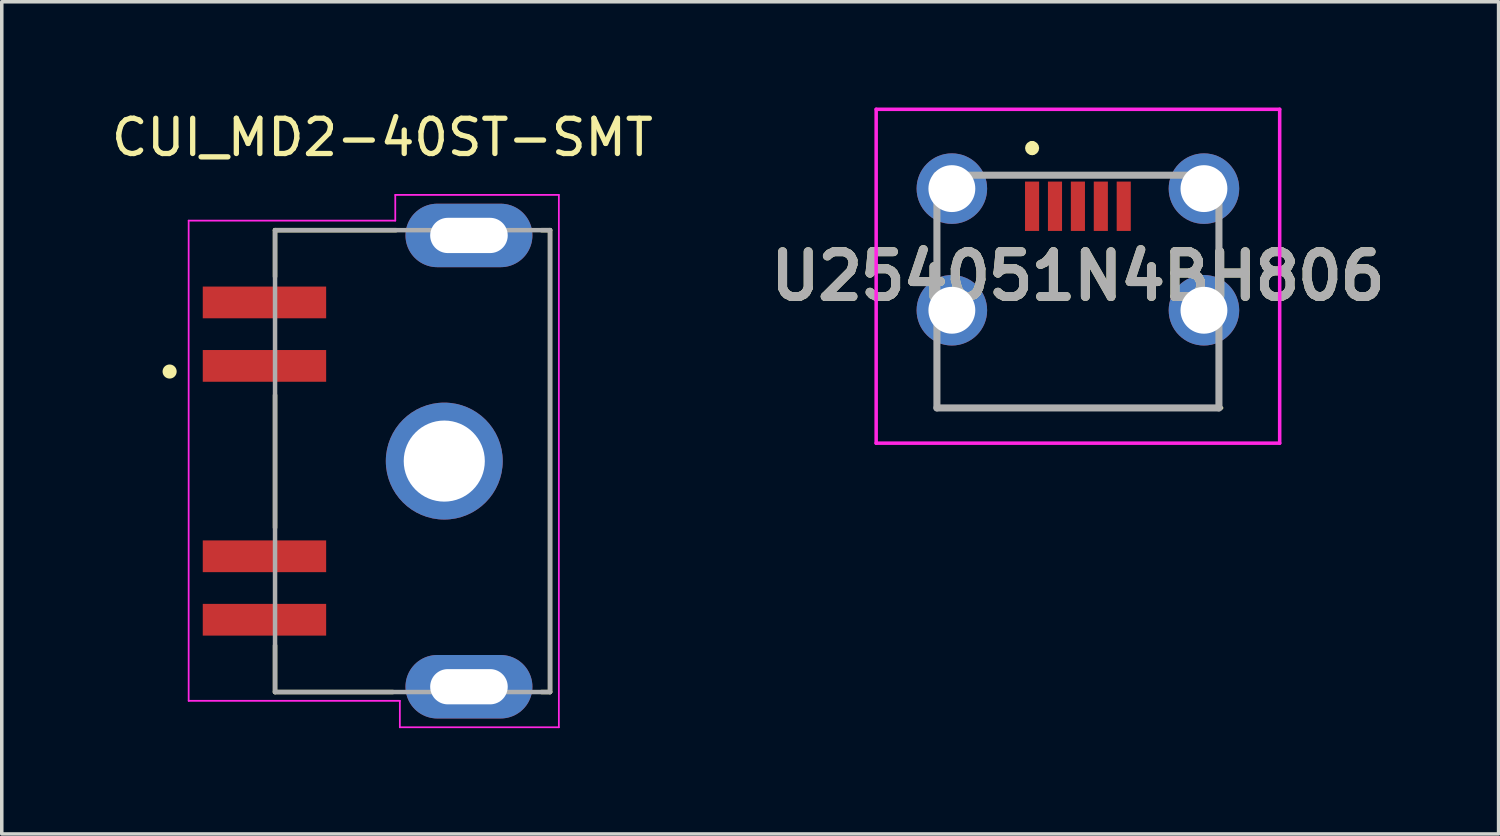
<source format=kicad_pcb>
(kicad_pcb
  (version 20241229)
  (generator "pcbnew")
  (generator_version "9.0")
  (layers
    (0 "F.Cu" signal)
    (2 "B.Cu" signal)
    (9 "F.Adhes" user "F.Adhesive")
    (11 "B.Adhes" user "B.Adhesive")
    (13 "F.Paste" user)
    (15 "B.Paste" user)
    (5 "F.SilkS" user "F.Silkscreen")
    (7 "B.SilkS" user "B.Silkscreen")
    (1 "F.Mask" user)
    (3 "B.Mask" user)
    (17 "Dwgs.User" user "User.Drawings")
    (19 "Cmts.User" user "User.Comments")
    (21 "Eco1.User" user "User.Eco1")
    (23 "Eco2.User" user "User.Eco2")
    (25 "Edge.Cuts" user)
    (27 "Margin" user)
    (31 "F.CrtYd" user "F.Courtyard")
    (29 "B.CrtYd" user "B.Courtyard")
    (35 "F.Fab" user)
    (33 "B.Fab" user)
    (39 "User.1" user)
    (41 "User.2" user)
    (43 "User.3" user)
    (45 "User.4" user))
  (footprint "U254051N4BH806"
    (layer "F.Cu")
    (at 27.523 4.785)
    (property "Reference" "U254051N4BH806" (at 0 0 0) (layer "F.SilkS") (effects (font (size 1.27 1.27) (thickness 0.254))))
    (attr through_hole)
    (fp_line (start -3.924 3.735) (end 4.075 3.735) (stroke (width 0.1) (type solid)) (layer "F.SilkS"))
    (fp_line (start -1.299 -3.735) (end -1.299 -3.735) (stroke (width 0.2) (type solid)) (layer "F.SilkS"))
    (fp_line (start -1.299 -3.535) (end -1.299 -3.535) (stroke (width 0.2) (type solid)) (layer "F.SilkS"))
    (fp_arc (start -1.299 -3.735) (mid -1.199 -3.635) (end -1.299 -3.535) (stroke (width 0.2) (type solid)) (layer "F.SilkS"))
    (fp_arc (start -1.299 -3.535) (mid -1.399 -3.635) (end -1.299 -3.735) (stroke (width 0.2) (type solid)) (layer "F.SilkS"))
    (fp_line (start -5.722 -4.735) (end 5.723 -4.735) (stroke (width 0.1) (type solid)) (layer "F.CrtYd"))
    (fp_line (start -5.722 4.735) (end -5.722 -4.735) (stroke (width 0.1) (type solid)) (layer "F.CrtYd"))
    (fp_line (start 5.723 -4.735) (end 5.723 4.735) (stroke (width 0.1) (type solid)) (layer "F.CrtYd"))
    (fp_line (start 5.723 4.735) (end -5.722 4.735) (stroke (width 0.1) (type solid)) (layer "F.CrtYd"))
    (fp_line (start -3.999 -2.865) (end 4 -2.865) (stroke (width 0.2) (type solid)) (layer "F.Fab"))
    (fp_line (start -3.999 3.735) (end -3.999 -2.865) (stroke (width 0.2) (type solid)) (layer "F.Fab"))
    (fp_line (start 4 -2.865) (end 4 3.735) (stroke (width 0.2) (type solid)) (layer "F.Fab"))
    (fp_line (start 4 3.735) (end -3.999 3.735) (stroke (width 0.2) (type solid)) (layer "F.Fab"))
    (fp_text user "${REFERENCE}" (at 0 0 0) (layer "F.Fab") (effects (font (size 1.27 1.27) (thickness 0.254))))
    (pad "" np_thru_hole circle (at -2 -1.165) (size 0.001 0.001) (drill 0.65) (layers "*.Cu" "*.Mask"))
    (pad "" np_thru_hole circle (at 2 -1.165) (size 0.001 0.001) (drill 0.65) (layers "*.Cu" "*.Mask"))
    (pad "1" smd rect (at -1.3 -1.985) (size 0.4 1.4) (layers "F.Cu" "F.Mask" "F.Paste"))
    (pad "2" smd rect (at -0.65 -1.985) (size 0.4 1.4) (layers "F.Cu" "F.Mask" "F.Paste"))
    (pad "3" smd rect (at 0 -1.985) (size 0.4 1.4) (layers "F.Cu" "F.Mask" "F.Paste"))
    (pad "4" smd rect (at 0.65 -1.985) (size 0.4 1.4) (layers "F.Cu" "F.Mask" "F.Paste"))
    (pad "5" smd rect (at 1.3 -1.985) (size 0.4 1.4) (layers "F.Cu" "F.Mask" "F.Paste"))
    (pad "MH1" thru_hole circle (at -3.575 0.965) (size 2 2) (drill 1.329) (layers "*.Cu" "*.Mask"))
    (pad "MH2" thru_hole circle (at 3.575 0.965) (size 2 2) (drill 1.329) (layers "*.Cu" "*.Mask"))
    (pad "MH3" thru_hole circle (at 3.575 -2.485) (size 2 2) (drill 1.329) (layers "*.Cu" "*.Mask"))
    (pad "MH4" thru_hole circle (at -3.575 -2.485) (size 2 2) (drill 1.329) (layers "*.Cu" "*.Mask")))
  (footprint "CUI_MD2-40ST-SMT"
    (layer "F.Cu")
    (at 8.651 10.028)
    (property "Reference" "CUI_MD2-40ST-SMT" (at -0.855 -9.179 0) (layer "F.SilkS") (effects (font (size 1 1) (thickness 0.15))))
    (attr through_hole)
    (fp_line (start -3.9 -6.55) (end -3.9 -5.23) (stroke (width 0.127) (type solid)) (layer "F.SilkS"))
    (fp_line (start -3.9 -6.55) (end -0.47 -6.55) (stroke (width 0.127) (type solid)) (layer "F.SilkS"))
    (fp_line (start -3.9 1.89) (end -3.9 -1.87) (stroke (width 0.127) (type solid)) (layer "F.SilkS"))
    (fp_line (start -3.9 6.55) (end -3.9 5.23) (stroke (width 0.127) (type solid)) (layer "F.SilkS"))
    (fp_line (start -3.9 6.55) (end -0.56 6.55) (stroke (width 0.127) (type solid)) (layer "F.SilkS"))
    (fp_line (start 3.9 -6.55) (end 3.66 -6.55) (stroke (width 0.127) (type solid)) (layer "F.SilkS"))
    (fp_line (start 3.9 -6.55) (end 3.9 6.55) (stroke (width 0.127) (type solid)) (layer "F.SilkS"))
    (fp_line (start 3.9 6.55) (end 3.66 6.55) (stroke (width 0.127) (type solid)) (layer "F.SilkS"))
    (fp_circle (center -6.89 -2.54) (end -6.69 -2.54) (stroke (width 0) (type solid)) (fill yes) (layer "F.SilkS"))
    (fp_line (start -6.35 -6.82) (end -0.49 -6.82) (stroke (width 0.05) (type solid)) (layer "F.CrtYd"))
    (fp_line (start -6.35 6.8) (end -6.35 -6.82) (stroke (width 0.05) (type solid)) (layer "F.CrtYd"))
    (fp_line (start -0.49 -7.55) (end 4.15 -7.55) (stroke (width 0.05) (type solid)) (layer "F.CrtYd"))
    (fp_line (start -0.49 -6.82) (end -0.49 -7.55) (stroke (width 0.05) (type solid)) (layer "F.CrtYd"))
    (fp_line (start -0.36 6.8) (end -6.35 6.8) (stroke (width 0.05) (type solid)) (layer "F.CrtYd"))
    (fp_line (start -0.36 7.55) (end -0.36 6.8) (stroke (width 0.05) (type solid)) (layer "F.CrtYd"))
    (fp_line (start 4.15 -7.55) (end 4.15 7.55) (stroke (width 0.05) (type solid)) (layer "F.CrtYd"))
    (fp_line (start 4.15 7.55) (end -0.36 7.55) (stroke (width 0.05) (type solid)) (layer "F.CrtYd"))
    (fp_line (start -3.9 -6.55) (end 3.9 -6.55) (stroke (width 0.127) (type solid)) (layer "F.Fab"))
    (fp_line (start -3.9 6.55) (end -3.9 -6.55) (stroke (width 0.127) (type solid)) (layer "F.Fab"))
    (fp_line (start 3.9 -6.55) (end 3.9 6.55) (stroke (width 0.127) (type solid)) (layer "F.Fab"))
    (fp_line (start 3.9 6.55) (end -3.9 6.55) (stroke (width 0.127) (type solid)) (layer "F.Fab"))
    (pad "1" smd rect (at -4.2 -2.7) (size 3.5 0.9) (layers "F.Cu" "F.Mask" "F.Paste"))
    (pad "2" smd rect (at -4.2 2.7) (size 3.5 0.9) (layers "F.Cu" "F.Mask" "F.Paste"))
    (pad "3" smd rect (at -4.2 -4.5) (size 3.5 0.9) (layers "F.Cu" "F.Mask" "F.Paste"))
    (pad "4" smd rect (at -4.2 4.5) (size 3.5 0.9) (layers "F.Cu" "F.Mask" "F.Paste"))
    (pad "S1" thru_hole circle (at 0.9 0) (size 3.316 3.316) (drill 2.3) (layers "*.Cu" "*.Mask"))
    (pad "S2" thru_hole oval (at 1.6 -6.4) (size 3.6 1.8) (drill oval 2.2 1) (layers "*.Cu" "*.Mask"))
    (pad "S3" thru_hole oval (at 1.6 6.4) (size 3.6 1.8) (drill oval 2.2 1) (layers "*.Cu" "*.Mask")))
  (gr_rect
    (start -3 -3)
    (end 39.455 20.603)
    (stroke (width 0.1) (type default))
    (fill no)
    (layer "Edge.Cuts")))
</source>
